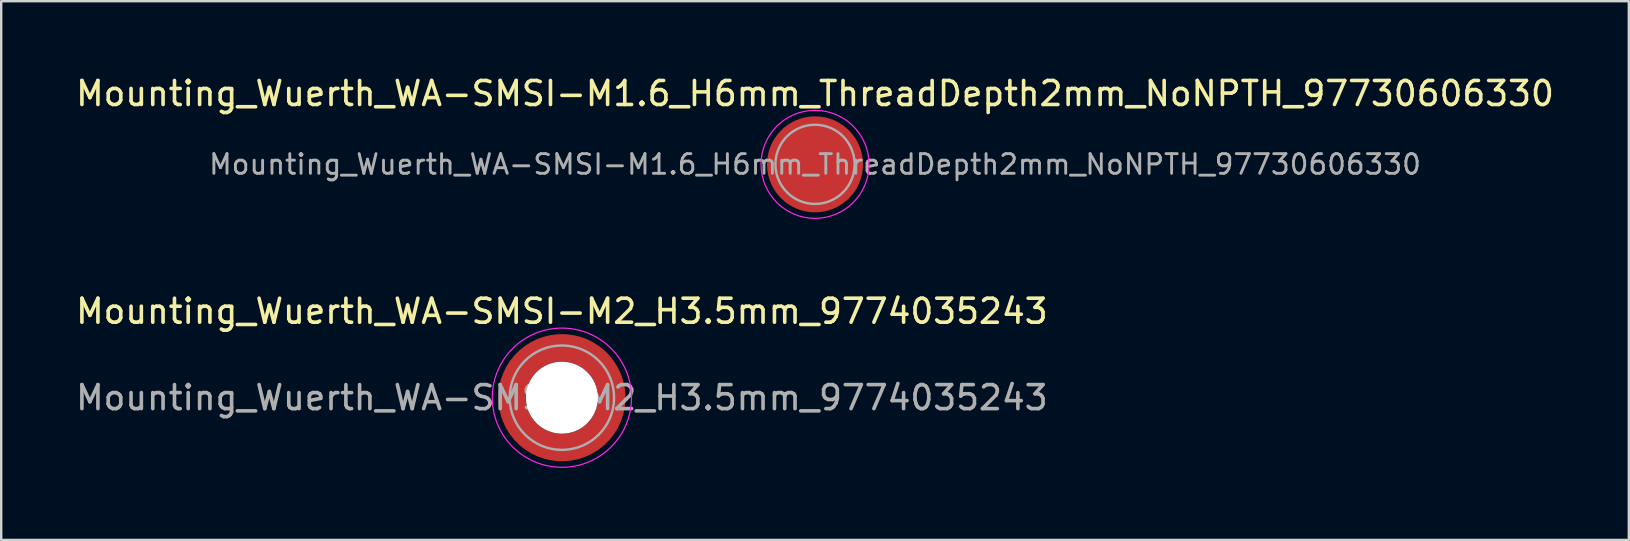
<source format=kicad_pcb>
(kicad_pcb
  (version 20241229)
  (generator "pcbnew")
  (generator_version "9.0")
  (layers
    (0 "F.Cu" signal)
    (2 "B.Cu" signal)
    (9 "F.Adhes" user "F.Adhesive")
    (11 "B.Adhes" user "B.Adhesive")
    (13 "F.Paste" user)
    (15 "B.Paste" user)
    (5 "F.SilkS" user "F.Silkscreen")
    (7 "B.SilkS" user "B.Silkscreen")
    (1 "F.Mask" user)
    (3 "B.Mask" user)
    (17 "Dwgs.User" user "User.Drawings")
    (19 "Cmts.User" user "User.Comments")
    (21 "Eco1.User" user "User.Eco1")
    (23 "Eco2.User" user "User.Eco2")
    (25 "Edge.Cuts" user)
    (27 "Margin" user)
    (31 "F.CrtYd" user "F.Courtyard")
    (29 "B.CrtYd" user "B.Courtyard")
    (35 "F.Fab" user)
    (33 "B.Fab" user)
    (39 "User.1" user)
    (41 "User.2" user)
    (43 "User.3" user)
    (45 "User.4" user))
  (footprint "Mounting_Wuerth_WA-SMSI-M2_H3.5mm_9774035243"
    (layer "F.Cu")
    (at 20.363 13.521)
    (property "Reference" "Mounting_Wuerth_WA-SMSI-M2_H3.5mm_9774035243" (at 0 -3.6 0) (layer "F.SilkS") (effects (font (size 1 1) (thickness 0.15))))
    (attr smd)
    (fp_circle (center 0 0) (end 2.9 0) (stroke (width 0.05) (type solid)) (fill no) (layer "F.CrtYd"))
    (fp_circle (center 0 0) (end 2.175 0) (stroke (width 0.1) (type solid)) (fill no) (layer "F.Fab"))
    (fp_text user "${REFERENCE}" (at 0 0 0) (layer "F.Fab") (effects (font (size 1 1) (thickness 0.15))))
    (pad "" smd custom (at -1.453 -1.453) (size 0.61 0.61) (layers "F.Paste") (options (anchor circle)) (primitives (gr_arc (start -0.147677 1.053104) (mid 0.286378 0.286378) (end 1.053104 -0.147677) (width 0.2)) (gr_arc (start -0.240295 1.053104) (mid 0.222738 0.222738) (end 1.053104 -0.240295) (width 0.2)) (gr_arc (start -0.332645 1.053104) (mid 0.159099 0.159099) (end 1.053104 -0.332645) (width 0.2)) (gr_arc (start -0.424767 1.053104) (mid 0.095459 0.095459) (end 1.053104 -0.424767) (width 0.2)) (gr_arc (start -0.516693 1.053104) (mid 0.031819 0.031819) (end 1.053104 -0.516693) (width 0.2)) (gr_arc (start -0.608448 1.053104) (mid -0.03182 -0.03182) (end 1.053104 -0.608448) (width 0.2)) (gr_arc (start -0.700056 1.053104) (mid -0.09546 -0.09546) (end 1.053104 -0.700056) (width 0.2)) (gr_arc (start -0.791534 1.053104) (mid -0.159099 -0.159099) (end 1.053104 -0.791534) (width 0.2)) (gr_arc (start -0.882896 1.053104) (mid -0.222738 -0.222738) (end 1.053104 -0.882896) (width 0.2)) (gr_arc (start -0.974157 1.053104) (mid -0.286378 -0.286378) (end 1.053104 -0.974157) (width 0.2)) (gr_line (start 1.053 -0.148) (end 1.053 -0.974) (width 0.2)) (gr_line (start -0.148 1.053) (end -0.974 1.053) (width 0.2))))
    (pad "" smd custom (at -1.453 1.453) (size 0.61 0.61) (layers "F.Paste") (options (anchor circle)) (primitives (gr_arc (start 1.053104 0.147677) (mid 0.286378 -0.286378) (end -0.147677 -1.053104) (width 0.2)) (gr_arc (start 1.053104 0.240295) (mid 0.222738 -0.222738) (end -0.240295 -1.053104) (width 0.2)) (gr_arc (start 1.053104 0.332645) (mid 0.159099 -0.159099) (end -0.332645 -1.053104) (width 0.2)) (gr_arc (start 1.053104 0.424767) (mid 0.095459 -0.095459) (end -0.424767 -1.053104) (width 0.2)) (gr_arc (start 1.053104 0.516693) (mid 0.031819 -0.031819) (end -0.516693 -1.053104) (width 0.2)) (gr_arc (start 1.053104 0.608448) (mid -0.03182 0.03182) (end -0.608448 -1.053104) (width 0.2)) (gr_arc (start 1.053104 0.700056) (mid -0.09546 0.09546) (end -0.700056 -1.053104) (width 0.2)) (gr_arc (start 1.053104 0.791534) (mid -0.159099 0.159099) (end -0.791534 -1.053104) (width 0.2)) (gr_arc (start 1.053104 0.882896) (mid -0.222738 0.222738) (end -0.882896 -1.053104) (width 0.2)) (gr_arc (start 1.053104 0.974157) (mid -0.286378 0.286378) (end -0.974157 -1.053104) (width 0.2)) (gr_line (start -0.148 -1.053) (end -0.974 -1.053) (width 0.2)) (gr_line (start 1.053 0.148) (end 1.053 0.974) (width 0.2))))
    (pad "" np_thru_hole circle (at 0 0) (size 3 3) (drill 3) (layers "*.Cu" "*.Mask"))
    (pad "" smd custom (at 1.453 -1.453) (size 0.61 0.61) (layers "F.Paste") (options (anchor circle)) (primitives (gr_arc (start -1.053104 -0.147677) (mid -0.286378 0.286378) (end 0.147677 1.053104) (width 0.2)) (gr_arc (start -1.053104 -0.240295) (mid -0.222738 0.222738) (end 0.240295 1.053104) (width 0.2)) (gr_arc (start -1.053104 -0.332645) (mid -0.159099 0.159099) (end 0.332645 1.053104) (width 0.2)) (gr_arc (start -1.053104 -0.424767) (mid -0.095459 0.095459) (end 0.424767 1.053104) (width 0.2)) (gr_arc (start -1.053104 -0.516693) (mid -0.031819 0.031819) (end 0.516693 1.053104) (width 0.2)) (gr_arc (start -1.053104 -0.608448) (mid 0.03182 -0.03182) (end 0.608448 1.053104) (width 0.2)) (gr_arc (start -1.053104 -0.700056) (mid 0.09546 -0.09546) (end 0.700056 1.053104) (width 0.2)) (gr_arc (start -1.053104 -0.791534) (mid 0.159099 -0.159099) (end 0.791534 1.053104) (width 0.2)) (gr_arc (start -1.053104 -0.882896) (mid 0.222738 -0.222738) (end 0.882896 1.053104) (width 0.2)) (gr_arc (start -1.053104 -0.974157) (mid 0.286378 -0.286378) (end 0.974157 1.053104) (width 0.2)) (gr_line (start 0.148 1.053) (end 0.974 1.053) (width 0.2)) (gr_line (start -1.053 -0.148) (end -1.053 -0.974) (width 0.2))))
    (pad "" smd custom (at 1.453 1.453) (size 0.61 0.61) (layers "F.Paste") (options (anchor circle)) (primitives (gr_arc (start 0.147677 -1.053104) (mid -0.286378 -0.286378) (end -1.053104 0.147677) (width 0.2)) (gr_arc (start 0.240295 -1.053104) (mid -0.222738 -0.222738) (end -1.053104 0.240295) (width 0.2)) (gr_arc (start 0.332645 -1.053104) (mid -0.159099 -0.159099) (end -1.053104 0.332645) (width 0.2)) (gr_arc (start 0.424767 -1.053104) (mid -0.095459 -0.095459) (end -1.053104 0.424767) (width 0.2)) (gr_arc (start 0.516693 -1.053104) (mid -0.031819 -0.031819) (end -1.053104 0.516693) (width 0.2)) (gr_arc (start 0.608448 -1.053104) (mid 0.03182 0.03182) (end -1.053104 0.608448) (width 0.2)) (gr_arc (start 0.700056 -1.053104) (mid 0.09546 0.09546) (end -1.053104 0.700056) (width 0.2)) (gr_arc (start 0.791534 -1.053104) (mid 0.159099 0.159099) (end -1.053104 0.791534) (width 0.2)) (gr_arc (start 0.882896 -1.053104) (mid 0.222738 0.222738) (end -1.053104 0.882896) (width 0.2)) (gr_arc (start 0.974157 -1.053104) (mid 0.286378 0.286378) (end -1.053104 0.974157) (width 0.2)) (gr_line (start -1.053 0.148) (end -1.053 0.974) (width 0.2)) (gr_line (start 0.148 -1.053) (end 0.974 -1.053) (width 0.2))))
    (pad "1" smd circle (at -2.075 0) (size 0.75 0.75) (layers "F.Cu"))
    (pad "1" smd circle (at 0 -2.075) (size 0.75 0.75) (layers "F.Cu"))
    (pad "1" smd circle (at 0 2.075) (size 0.75 0.75) (layers "F.Cu"))
    (pad "1" smd custom (at 2.075 0) (size 0.75 0.75) (layers "F.Cu" "F.Mask") (options (anchor circle)) (primitives (gr_circle (center -2.075 0) (end 0 0) (width 1.15) (fill no)))))
  (footprint "Mounting_Wuerth_WA-SMSI-M1.6_H6mm_ThreadDepth2mm_NoNPTH_97730606330"
    (layer "F.Cu")
    (at 30.911 3.798)
    (property "Reference" "Mounting_Wuerth_WA-SMSI-M1.6_H6mm_ThreadDepth2mm_NoNPTH_97730606330" (at 0 -2.95 0) (layer "F.SilkS") (effects (font (size 1 1) (thickness 0.15))))
    (attr smd)
    (fp_circle (center 0 0) (end 2.25 0) (stroke (width 0.05) (type solid)) (fill no) (layer "F.CrtYd"))
    (fp_circle (center 0 0) (end 1.65 0) (stroke (width 0.1) (type solid)) (fill no) (layer "F.Fab"))
    (fp_text user "${REFERENCE}" (at 0 0 0) (layer "F.Fab") (effects (font (size 0.82 0.82) (thickness 0.12))))
    (pad "" smd custom (at -0.778 -0.778) (size 1.2 1.2) (layers "F.Paste") (options (anchor circle)) (primitives (gr_arc (start 0.465568 0.527817) (mid 0.494975 0.494974) (end 0.527818 0.465567) (width 0.2)) (gr_arc (start 0.344805 0.527817) (mid 0.424264 0.424264) (end 0.527818 0.344805) (width 0.2)) (gr_arc (start 0.232382 0.527817) (mid 0.353553 0.353553) (end 0.527817 0.232382) (width 0.2)) (gr_arc (start 0.123983 0.527817) (mid 0.282843 0.282842) (end 0.527818 0.123983) (width 0.2)) (gr_arc (start 0.017883 0.527817) (mid 0.212132 0.212132) (end 0.527817 0.017883) (width 0.2)) (gr_arc (start -0.086763 0.527817) (mid 0.141421 0.141421) (end 0.527817 -0.086763) (width 0.2)) (gr_arc (start -0.190428 0.527817) (mid 0.070711 0.070711) (end 0.527817 -0.190428) (width 0.2)) (gr_arc (start -0.293397 0.527817) (mid 0 0) (end 0.527817 -0.293397) (width 0.2)) (gr_arc (start -0.395852 0.527817) (mid -0.070711 -0.070711) (end 0.527817 -0.395852) (width 0.2)) (gr_arc (start -0.497918 0.527817) (mid -0.141422 -0.141422) (end 0.527817 -0.497918) (width 0.2)) (gr_arc (start -0.59968 0.527817) (mid -0.212132 -0.212132) (end 0.527817 -0.59968) (width 0.2)) (gr_arc (start -0.701202 0.527817) (mid -0.282843 -0.282843) (end 0.527817 -0.701202) (width 0.2)) (gr_arc (start -0.802531 0.527817) (mid -0.353554 -0.353554) (end 0.527817 -0.802531) (width 0.2)) (gr_arc (start -0.9037 0.527817) (mid -0.424264 -0.424264) (end 0.527817 -0.9037) (width 0.2)) (gr_arc (start -1.004737 0.527817) (mid -0.494975 -0.494975) (end 0.527817 -1.004737) (width 0.2)) (gr_line (start 0.528 0.466) (end 0.528 -1.005) (width 0.2)) (gr_line (start 0.466 0.528) (end -1.005 0.528) (width 0.2))))
    (pad "" smd custom (at -0.778 0.778) (size 1.2 1.2) (layers "F.Paste") (options (anchor circle)) (primitives (gr_arc (start 0.527817 -0.465568) (mid 0.494974 -0.494975) (end 0.465567 -0.527818) (width 0.2)) (gr_arc (start 0.527817 -0.344805) (mid 0.424264 -0.424264) (end 0.344805 -0.527818) (width 0.2)) (gr_arc (start 0.527817 -0.232382) (mid 0.353553 -0.353553) (end 0.232382 -0.527817) (width 0.2)) (gr_arc (start 0.527817 -0.123983) (mid 0.282842 -0.282843) (end 0.123983 -0.527818) (width 0.2)) (gr_arc (start 0.527817 -0.017883) (mid 0.212132 -0.212132) (end 0.017883 -0.527817) (width 0.2)) (gr_arc (start 0.527817 0.086763) (mid 0.141421 -0.141421) (end -0.086763 -0.527817) (width 0.2)) (gr_arc (start 0.527817 0.190428) (mid 0.070711 -0.070711) (end -0.190428 -0.527817) (width 0.2)) (gr_arc (start 0.527817 0.293397) (mid 0 0) (end -0.293397 -0.527817) (width 0.2)) (gr_arc (start 0.527817 0.395852) (mid -0.070711 0.070711) (end -0.395852 -0.527817) (width 0.2)) (gr_arc (start 0.527817 0.497918) (mid -0.141422 0.141422) (end -0.497918 -0.527817) (width 0.2)) (gr_arc (start 0.527817 0.59968) (mid -0.212132 0.212132) (end -0.59968 -0.527817) (width 0.2)) (gr_arc (start 0.527817 0.701202) (mid -0.282843 0.282843) (end -0.701202 -0.527817) (width 0.2)) (gr_arc (start 0.527817 0.802531) (mid -0.353554 0.353554) (end -0.802531 -0.527817) (width 0.2)) (gr_arc (start 0.527817 0.9037) (mid -0.424264 0.424264) (end -0.9037 -0.527817) (width 0.2)) (gr_arc (start 0.527817 1.004737) (mid -0.494975 0.494975) (end -1.004737 -0.527817) (width 0.2)) (gr_line (start 0.466 -0.528) (end -1.005 -0.528) (width 0.2)) (gr_line (start 0.528 -0.466) (end 0.528 1.005) (width 0.2))))
    (pad "" smd custom (at 0.778 -0.778) (size 1.2 1.2) (layers "F.Paste") (options (anchor circle)) (primitives (gr_arc (start -0.527817 0.465568) (mid -0.494974 0.494975) (end -0.465567 0.527818) (width 0.2)) (gr_arc (start -0.527817 0.344805) (mid -0.424264 0.424264) (end -0.344805 0.527818) (width 0.2)) (gr_arc (start -0.527817 0.232382) (mid -0.353553 0.353553) (end -0.232382 0.527817) (width 0.2)) (gr_arc (start -0.527817 0.123983) (mid -0.282842 0.282843) (end -0.123983 0.527818) (width 0.2)) (gr_arc (start -0.527817 0.017883) (mid -0.212132 0.212132) (end -0.017883 0.527817) (width 0.2)) (gr_arc (start -0.527817 -0.086763) (mid -0.141421 0.141421) (end 0.086763 0.527817) (width 0.2)) (gr_arc (start -0.527817 -0.190428) (mid -0.070711 0.070711) (end 0.190428 0.527817) (width 0.2)) (gr_arc (start -0.527817 -0.293397) (mid 0 0) (end 0.293397 0.527817) (width 0.2)) (gr_arc (start -0.527817 -0.395852) (mid 0.070711 -0.070711) (end 0.395852 0.527817) (width 0.2)) (gr_arc (start -0.527817 -0.497918) (mid 0.141422 -0.141422) (end 0.497918 0.527817) (width 0.2)) (gr_arc (start -0.527817 -0.59968) (mid 0.212132 -0.212132) (end 0.59968 0.527817) (width 0.2)) (gr_arc (start -0.527817 -0.701202) (mid 0.282843 -0.282843) (end 0.701202 0.527817) (width 0.2)) (gr_arc (start -0.527817 -0.802531) (mid 0.353554 -0.353554) (end 0.802531 0.527817) (width 0.2)) (gr_arc (start -0.527817 -0.9037) (mid 0.424264 -0.424264) (end 0.9037 0.527817) (width 0.2)) (gr_arc (start -0.527817 -1.004737) (mid 0.494975 -0.494975) (end 1.004737 0.527817) (width 0.2)) (gr_line (start -0.466 0.528) (end 1.005 0.528) (width 0.2)) (gr_line (start -0.528 0.466) (end -0.528 -1.005) (width 0.2))))
    (pad "" smd custom (at 0.778 0.778) (size 1.2 1.2) (layers "F.Paste") (options (anchor circle)) (primitives (gr_arc (start -0.465568 -0.527817) (mid -0.494975 -0.494974) (end -0.527818 -0.465567) (width 0.2)) (gr_arc (start -0.344805 -0.527817) (mid -0.424264 -0.424264) (end -0.527818 -0.344805) (width 0.2)) (gr_arc (start -0.232382 -0.527817) (mid -0.353553 -0.353553) (end -0.527817 -0.232382) (width 0.2)) (gr_arc (start -0.123983 -0.527817) (mid -0.282843 -0.282842) (end -0.527818 -0.123983) (width 0.2)) (gr_arc (start -0.017883 -0.527817) (mid -0.212132 -0.212132) (end -0.527817 -0.017883) (width 0.2)) (gr_arc (start 0.086763 -0.527817) (mid -0.141421 -0.141421) (end -0.527817 0.086763) (width 0.2)) (gr_arc (start 0.190428 -0.527817) (mid -0.070711 -0.070711) (end -0.527817 0.190428) (width 0.2)) (gr_arc (start 0.293397 -0.527817) (mid 0 0) (end -0.527817 0.293397) (width 0.2)) (gr_arc (start 0.395852 -0.527817) (mid 0.070711 0.070711) (end -0.527817 0.395852) (width 0.2)) (gr_arc (start 0.497918 -0.527817) (mid 0.141422 0.141422) (end -0.527817 0.497918) (width 0.2)) (gr_arc (start 0.59968 -0.527817) (mid 0.212132 0.212132) (end -0.527817 0.59968) (width 0.2)) (gr_arc (start 0.701202 -0.527817) (mid 0.282843 0.282843) (end -0.527817 0.701202) (width 0.2)) (gr_arc (start 0.802531 -0.527817) (mid 0.353554 0.353554) (end -0.527817 0.802531) (width 0.2)) (gr_arc (start 0.9037 -0.527817) (mid 0.424264 0.424264) (end -0.527817 0.9037) (width 0.2)) (gr_arc (start 1.004737 -0.527817) (mid 0.494975 0.494975) (end -0.527817 1.004737) (width 0.2)) (gr_line (start -0.528 -0.466) (end -0.528 1.005) (width 0.2)) (gr_line (start -0.466 -0.528) (end 1.005 -0.528) (width 0.2))))
    (pad "1" smd circle (at 0 0) (size 4 4) (layers "F.Cu" "F.Mask")))
  (gr_rect
    (start -3 -3)
    (end 64.821 19.447)
    (stroke (width 0.1) (type default))
    (fill no)
    (layer "Edge.Cuts")))
</source>
